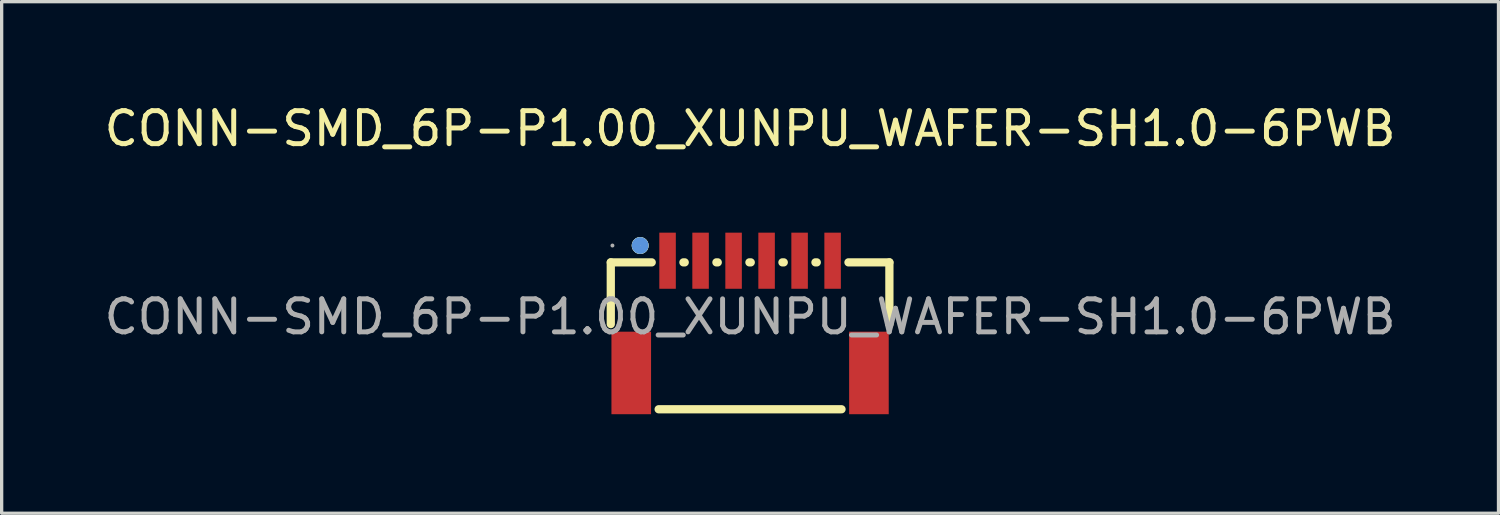
<source format=kicad_pcb>
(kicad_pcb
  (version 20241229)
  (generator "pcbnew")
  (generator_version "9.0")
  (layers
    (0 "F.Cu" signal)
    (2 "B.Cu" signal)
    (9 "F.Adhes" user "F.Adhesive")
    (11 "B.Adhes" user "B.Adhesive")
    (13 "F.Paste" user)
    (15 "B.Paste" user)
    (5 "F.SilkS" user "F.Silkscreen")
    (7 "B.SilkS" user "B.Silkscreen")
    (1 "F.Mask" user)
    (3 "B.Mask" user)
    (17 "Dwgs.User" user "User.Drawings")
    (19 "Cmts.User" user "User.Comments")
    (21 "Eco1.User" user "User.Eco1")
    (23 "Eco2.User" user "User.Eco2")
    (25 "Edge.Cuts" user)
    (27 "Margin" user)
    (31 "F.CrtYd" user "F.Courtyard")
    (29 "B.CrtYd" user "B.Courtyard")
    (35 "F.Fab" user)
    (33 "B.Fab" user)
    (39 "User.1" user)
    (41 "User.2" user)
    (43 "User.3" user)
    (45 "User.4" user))
  (footprint "CONN-SMD_6P-P1.00_XUNPU_WAFER-SH1.0-6PWB"
    (layer "F.Cu")
    (at 19.673 6.548)
    (property "Reference" "CONN-SMD_6P-P1.00_XUNPU_WAFER-SH1.0-6PWB" (at 0 -5.7 0) (layer "F.SilkS") (effects (font (size 1 1) (thickness 0.15))))
    (attr smd)
    (fp_line (start -4.22 -1.65) (end -4.22 0.22) (stroke (width 0.25) (type solid)) (layer "F.SilkS"))
    (fp_line (start -4.22 -1.65) (end -2.98 -1.65) (stroke (width 0.25) (type solid)) (layer "F.SilkS"))
    (fp_line (start -2.02 -1.65) (end -1.98 -1.65) (stroke (width 0.25) (type solid)) (layer "F.SilkS"))
    (fp_line (start -1.02 -1.65) (end -0.98 -1.65) (stroke (width 0.25) (type solid)) (layer "F.SilkS"))
    (fp_line (start -0.02 -1.65) (end 0.02 -1.65) (stroke (width 0.25) (type solid)) (layer "F.SilkS"))
    (fp_line (start 0.98 -1.65) (end 1.02 -1.65) (stroke (width 0.25) (type solid)) (layer "F.SilkS"))
    (fp_line (start 1.98 -1.65) (end 2.02 -1.65) (stroke (width 0.25) (type solid)) (layer "F.SilkS"))
    (fp_line (start 2.77 2.8) (end -2.77 2.8) (stroke (width 0.25) (type solid)) (layer "F.SilkS"))
    (fp_line (start 2.98 -1.65) (end 4.22 -1.65) (stroke (width 0.25) (type solid)) (layer "F.SilkS"))
    (fp_line (start 4.22 -1.65) (end 4.22 0.22) (stroke (width 0.25) (type solid)) (layer "F.SilkS"))
    (fp_circle (center -3.33 -2.16) (end -3.2 -2.16) (stroke (width 0.25) (type solid)) (fill no) (layer "F.SilkS"))
    (fp_circle (center -3.33 -2.16) (end -3.2 -2.16) (stroke (width 0.25) (type solid)) (fill no) (layer "F.SilkS"))
    (fp_circle (center -3.33 -2.16) (end -3.2 -2.16) (stroke (width 0.25) (type solid)) (fill no) (layer "Cmts.User"))
    (fp_circle (center -4.17 -2.16) (end -4.14 -2.16) (stroke (width 0.06) (type solid)) (fill no) (layer "F.Fab"))
    (fp_text user "${REFERENCE}" (at 0 0 0) (layer "F.Fab") (effects (font (size 1 1) (thickness 0.15))))
    (pad "1" smd rect (at -2.5 -1.7) (size 0.5 1.7) (layers "F.Cu" "F.Mask" "F.Paste"))
    (pad "2" smd rect (at -1.5 -1.7) (size 0.5 1.7) (layers "F.Cu" "F.Mask" "F.Paste"))
    (pad "3" smd rect (at -0.5 -1.7) (size 0.5 1.7) (layers "F.Cu" "F.Mask" "F.Paste"))
    (pad "4" smd rect (at 0.5 -1.7) (size 0.5 1.7) (layers "F.Cu" "F.Mask" "F.Paste"))
    (pad "5" smd rect (at 1.5 -1.7) (size 0.5 1.7) (layers "F.Cu" "F.Mask" "F.Paste"))
    (pad "6" smd rect (at 2.5 -1.7) (size 0.5 1.7) (layers "F.Cu" "F.Mask" "F.Paste"))
    (pad "7" smd rect (at 3.6 1.7) (size 1.2 2.5) (layers "F.Cu" "F.Mask" "F.Paste"))
    (pad "8" smd rect (at -3.6 1.7) (size 1.2 2.5) (layers "F.Cu" "F.Mask" "F.Paste")))
  (gr_rect
    (start -3 -3)
    (end 42.345 12.498)
    (stroke (width 0.1) (type default))
    (fill no)
    (layer "Edge.Cuts")))
</source>
